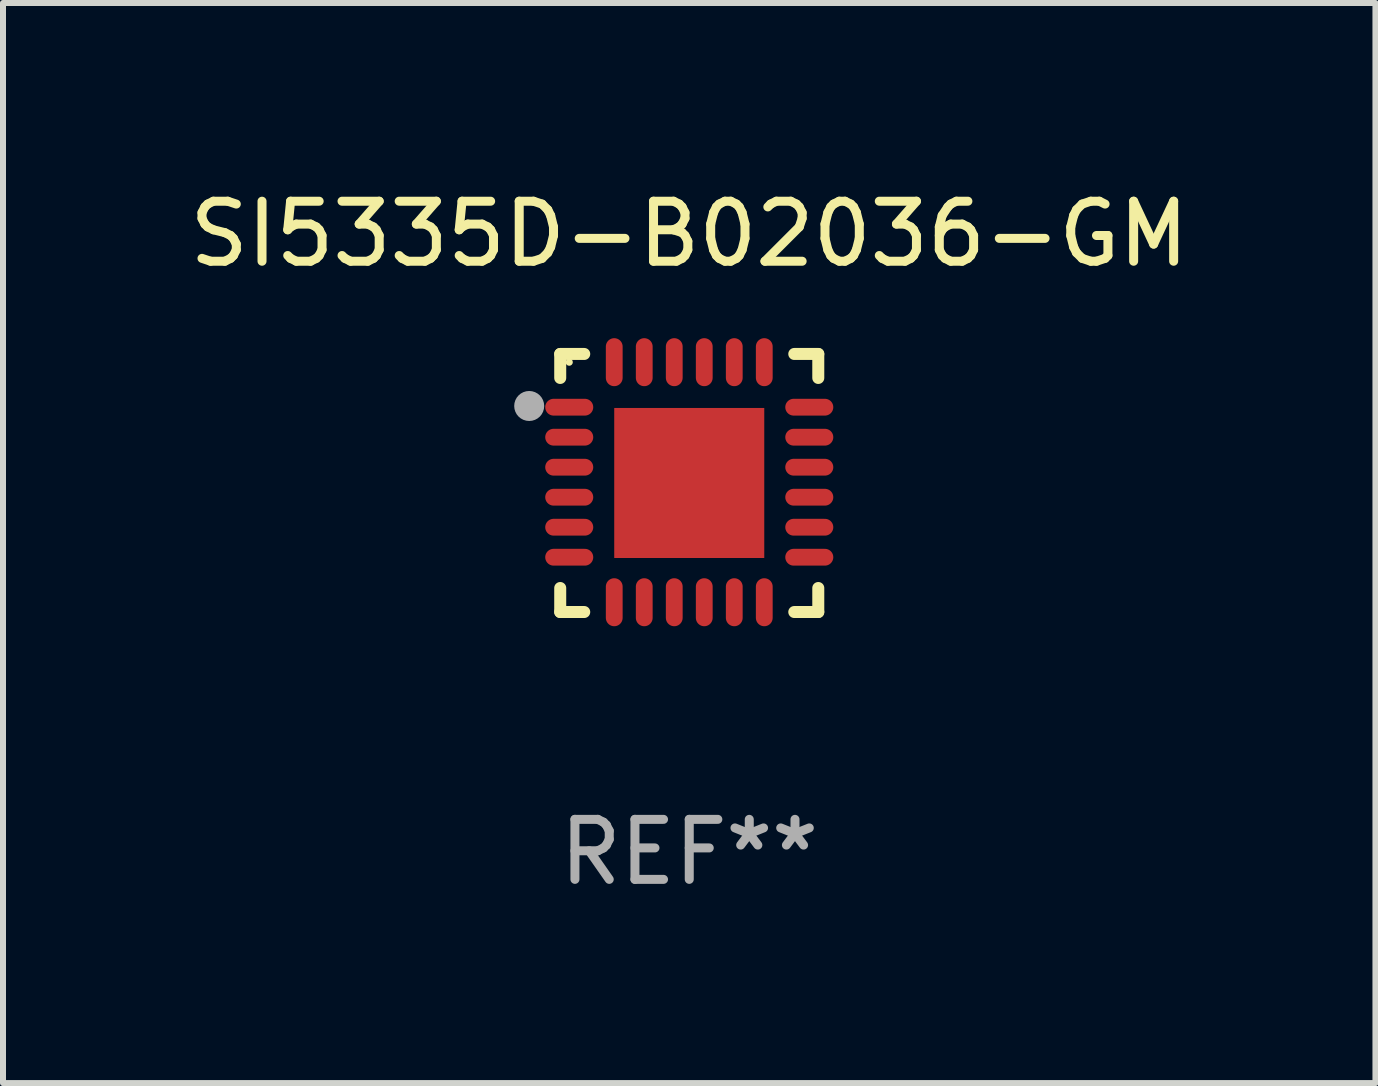
<source format=kicad_pcb>
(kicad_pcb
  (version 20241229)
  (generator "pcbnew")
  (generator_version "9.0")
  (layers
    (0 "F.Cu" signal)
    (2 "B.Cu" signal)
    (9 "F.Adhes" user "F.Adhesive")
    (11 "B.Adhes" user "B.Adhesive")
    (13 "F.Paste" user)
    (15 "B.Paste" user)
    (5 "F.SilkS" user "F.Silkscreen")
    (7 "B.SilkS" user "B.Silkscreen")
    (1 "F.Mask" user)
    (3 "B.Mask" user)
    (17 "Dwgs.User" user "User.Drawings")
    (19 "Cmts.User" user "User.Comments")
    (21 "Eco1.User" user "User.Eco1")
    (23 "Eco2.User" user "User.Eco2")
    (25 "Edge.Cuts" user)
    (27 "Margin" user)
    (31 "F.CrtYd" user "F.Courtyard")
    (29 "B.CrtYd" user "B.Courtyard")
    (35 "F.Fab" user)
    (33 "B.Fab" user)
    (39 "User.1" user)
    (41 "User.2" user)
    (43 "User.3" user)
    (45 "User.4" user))
  (footprint "SI5335D-B02036-GM"
    (layer "F.Cu")
    (at 8.435 4.998)
    (property "Reference" "SI5335D-B02036-GM" (at 0 -4.15 0) (layer "F.SilkS") (effects (font (size 1 1) (thickness 0.15))))
    (attr through_hole)
    (fp_line (start -2.15 -2.15) (end -1.75 -2.15) (stroke (width 0.2) (type solid)) (layer "F.SilkS"))
    (fp_line (start -2.15 -1.75) (end -2.15 -2.15) (stroke (width 0.2) (type solid)) (layer "F.SilkS"))
    (fp_line (start -2.15 2.15) (end -2.15 1.75) (stroke (width 0.2) (type solid)) (layer "F.SilkS"))
    (fp_line (start -1.75 2.15) (end -2.15 2.15) (stroke (width 0.2) (type solid)) (layer "F.SilkS"))
    (fp_line (start 1.75 -2.15) (end 2.15 -2.15) (stroke (width 0.2) (type solid)) (layer "F.SilkS"))
    (fp_line (start 1.75 2.15) (end 2.15 2.15) (stroke (width 0.2) (type solid)) (layer "F.SilkS"))
    (fp_line (start 2.15 -2.15) (end 2.15 -1.75) (stroke (width 0.2) (type solid)) (layer "F.SilkS"))
    (fp_line (start 2.15 2.15) (end 2.15 1.75) (stroke (width 0.2) (type solid)) (layer "F.SilkS"))
    (fp_circle (center -2 -2.013) (end -1.97 -2.013) (stroke (width 0.06) (type solid)) (fill no) (layer "F.SilkS"))
    (fp_circle (center -2.667 -1.283) (end -2.542 -1.283) (stroke (width 0.25) (type solid)) (fill no) (layer "F.Fab"))
    (fp_text user "REF**" (at 0 6.15 0) (layer "F.Fab") (effects (font (size 1 1) (thickness 0.15))))
    (pad "1" smd oval (at -2 -1.263) (size 0.8 0.28) (layers "F.Cu" "F.Mask" "F.Paste"))
    (pad "2" smd oval (at -2 -0.763) (size 0.8 0.28) (layers "F.Cu" "F.Mask" "F.Paste"))
    (pad "3" smd oval (at -2 -0.263) (size 0.8 0.28) (layers "F.Cu" "F.Mask" "F.Paste"))
    (pad "4" smd oval (at -2 0.237) (size 0.8 0.28) (layers "F.Cu" "F.Mask" "F.Paste"))
    (pad "5" smd oval (at -2 0.737) (size 0.8 0.28) (layers "F.Cu" "F.Mask" "F.Paste"))
    (pad "6" smd oval (at -2 1.237) (size 0.8 0.28) (layers "F.Cu" "F.Mask" "F.Paste"))
    (pad "7" smd oval (at -1.25 1.987) (size 0.28 0.8) (layers "F.Cu" "F.Mask" "F.Paste"))
    (pad "8" smd oval (at -0.75 1.987) (size 0.28 0.8) (layers "F.Cu" "F.Mask" "F.Paste"))
    (pad "9" smd oval (at -0.25 1.987) (size 0.28 0.8) (layers "F.Cu" "F.Mask" "F.Paste"))
    (pad "10" smd oval (at 0.25 1.987) (size 0.28 0.8) (layers "F.Cu" "F.Mask" "F.Paste"))
    (pad "11" smd oval (at 0.75 1.987) (size 0.28 0.8) (layers "F.Cu" "F.Mask" "F.Paste"))
    (pad "12" smd oval (at 1.25 1.987) (size 0.28 0.8) (layers "F.Cu" "F.Mask" "F.Paste"))
    (pad "13" smd oval (at 2 1.237) (size 0.8 0.28) (layers "F.Cu" "F.Mask" "F.Paste"))
    (pad "14" smd oval (at 2 0.737) (size 0.8 0.28) (layers "F.Cu" "F.Mask" "F.Paste"))
    (pad "15" smd oval (at 2 0.237) (size 0.8 0.28) (layers "F.Cu" "F.Mask" "F.Paste"))
    (pad "16" smd oval (at 2 -0.263) (size 0.8 0.28) (layers "F.Cu" "F.Mask" "F.Paste"))
    (pad "17" smd oval (at 2 -0.763) (size 0.8 0.28) (layers "F.Cu" "F.Mask" "F.Paste"))
    (pad "18" smd oval (at 2 -1.263) (size 0.8 0.28) (layers "F.Cu" "F.Mask" "F.Paste"))
    (pad "19" smd oval (at 1.25 -2.013) (size 0.28 0.8) (layers "F.Cu" "F.Mask" "F.Paste"))
    (pad "20" smd oval (at 0.75 -2.013) (size 0.28 0.8) (layers "F.Cu" "F.Mask" "F.Paste"))
    (pad "21" smd oval (at 0.25 -2.013) (size 0.28 0.8) (layers "F.Cu" "F.Mask" "F.Paste"))
    (pad "22" smd oval (at -0.25 -2.013) (size 0.28 0.8) (layers "F.Cu" "F.Mask" "F.Paste"))
    (pad "23" smd oval (at -0.75 -2.013) (size 0.28 0.8) (layers "F.Cu" "F.Mask" "F.Paste"))
    (pad "24" smd oval (at -1.25 -2.013) (size 0.28 0.8) (layers "F.Cu" "F.Mask" "F.Paste"))
    (pad "25" smd rect (at -0.000127 -0.00014) (size 2.5 2.5) (layers "F.Cu" "F.Mask" "F.Paste")))
  (gr_rect
    (start -3 -3)
    (end 19.869 14.997)
    (stroke (width 0.1) (type default))
    (fill no)
    (layer "Edge.Cuts")))
</source>
